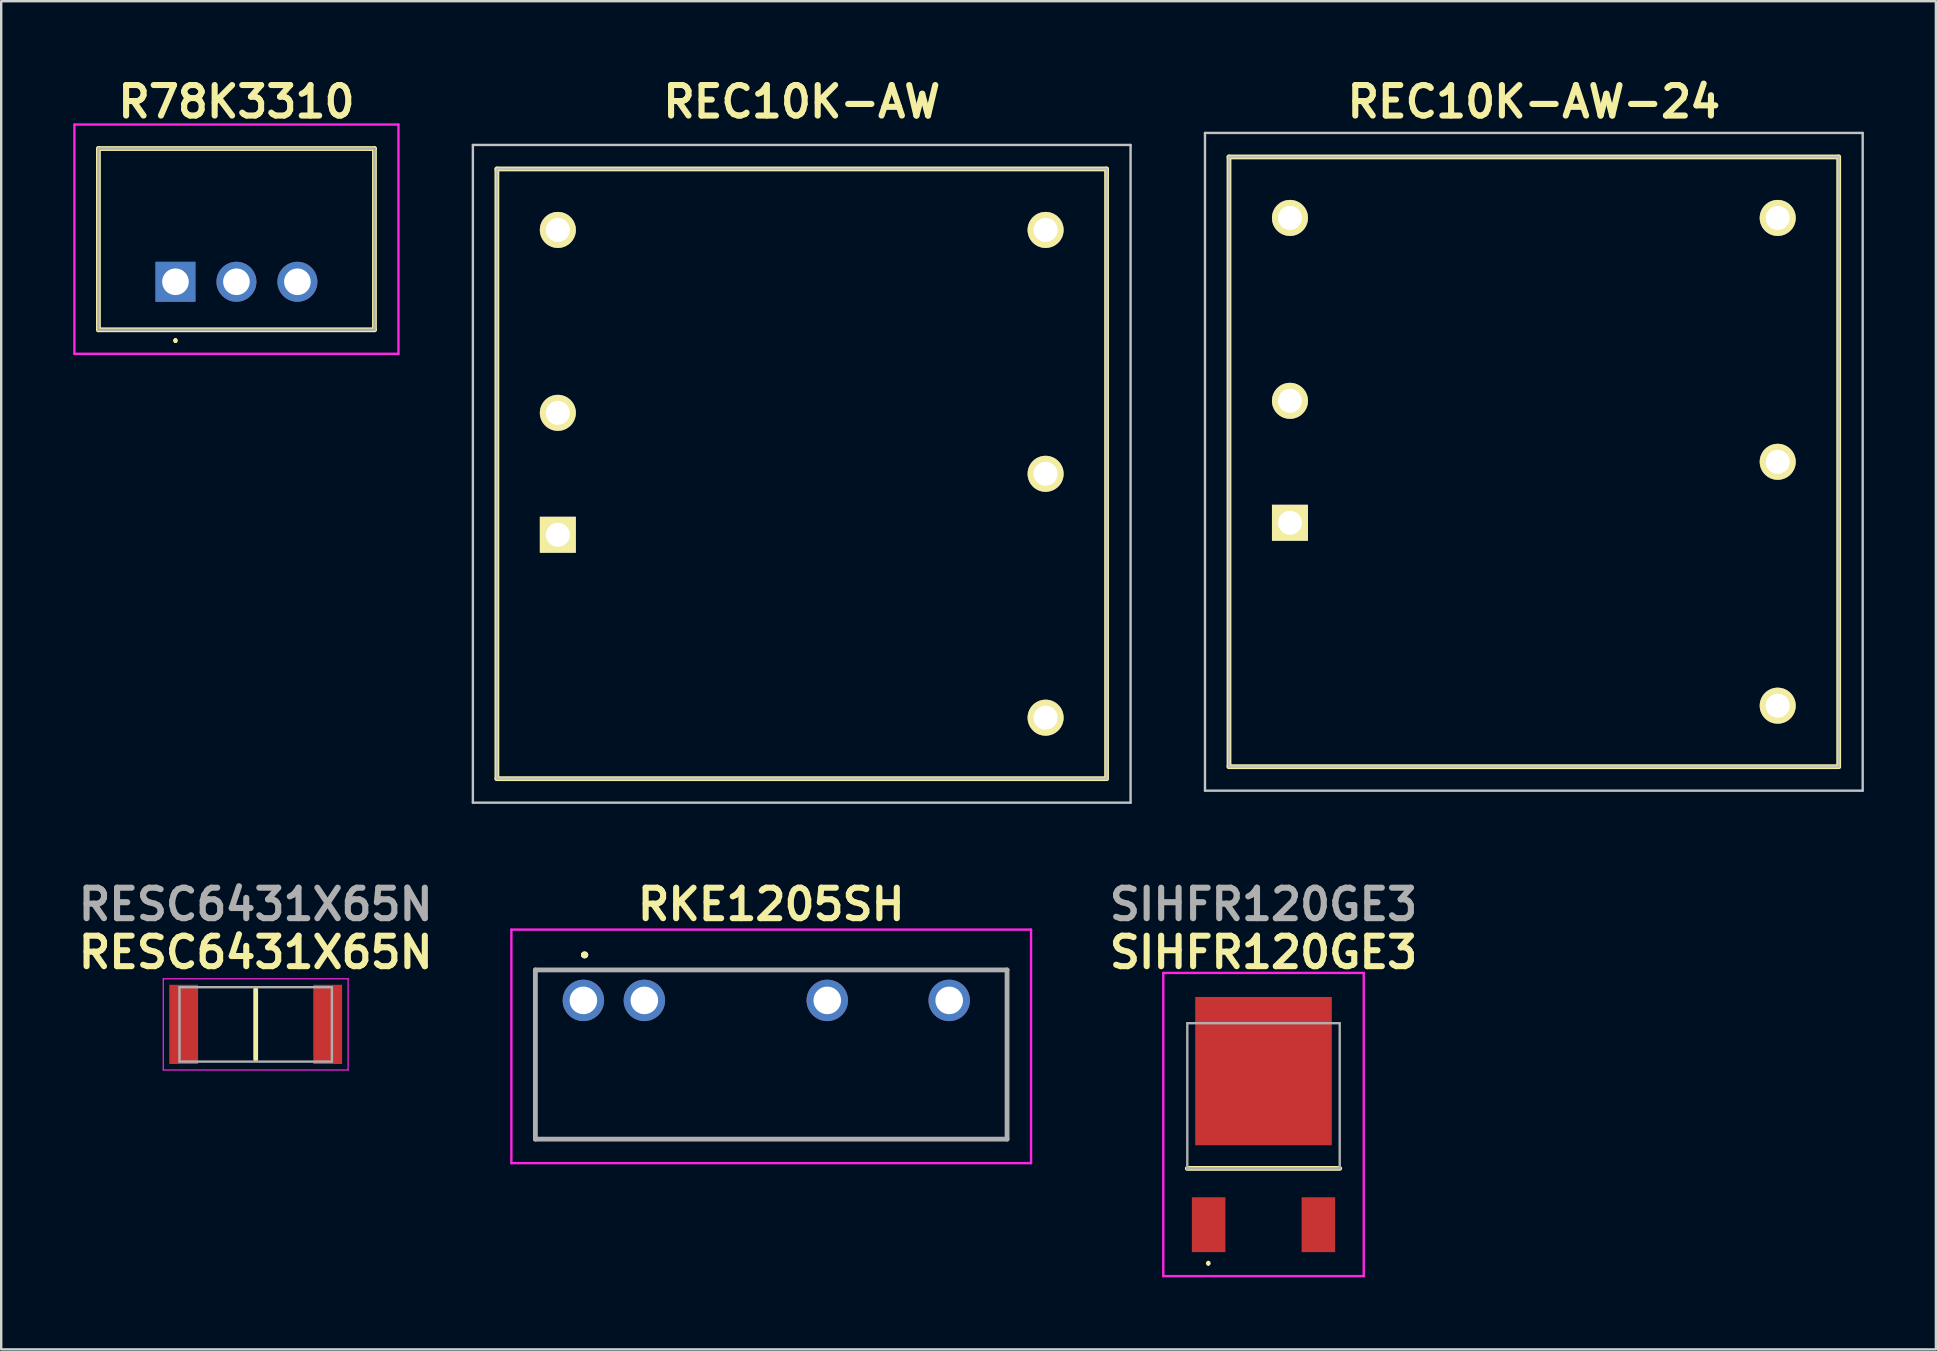
<source format=kicad_pcb>
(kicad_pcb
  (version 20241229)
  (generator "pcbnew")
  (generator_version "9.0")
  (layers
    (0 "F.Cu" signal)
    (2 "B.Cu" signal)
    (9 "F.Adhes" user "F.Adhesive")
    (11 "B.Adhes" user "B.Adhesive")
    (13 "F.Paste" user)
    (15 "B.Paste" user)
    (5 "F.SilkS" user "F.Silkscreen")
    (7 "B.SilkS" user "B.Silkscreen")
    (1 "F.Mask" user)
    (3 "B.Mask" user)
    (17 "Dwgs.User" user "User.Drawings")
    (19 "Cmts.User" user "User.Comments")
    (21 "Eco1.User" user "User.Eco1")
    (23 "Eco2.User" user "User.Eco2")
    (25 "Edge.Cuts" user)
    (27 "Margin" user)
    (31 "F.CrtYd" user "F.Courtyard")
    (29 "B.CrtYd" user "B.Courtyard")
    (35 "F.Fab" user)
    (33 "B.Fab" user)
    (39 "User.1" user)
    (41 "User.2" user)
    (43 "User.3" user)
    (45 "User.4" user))
  (footprint "R78K3310"
    (layer "F.Cu")
    (at 4.26 8.689)
    (property "Reference" "R78K3310" (at 2.54 -7.5 0) (layer "F.SilkS") (effects (font (size 1.27 1.27) (thickness 0.254))))
    (attr through_hole)
    (fp_line (start -3.21 -5.55) (end -3.21 2) (stroke (width 0.2) (type solid)) (layer "F.SilkS"))
    (fp_line (start -3.21 2) (end 8.29 2) (stroke (width 0.2) (type solid)) (layer "F.SilkS"))
    (fp_line (start 0 2.4) (end 0 2.4) (stroke (width 0.1) (type solid)) (layer "F.SilkS"))
    (fp_line (start 0 2.5) (end 0 2.5) (stroke (width 0.1) (type solid)) (layer "F.SilkS"))
    (fp_line (start 8.29 -5.55) (end -3.21 -5.55) (stroke (width 0.2) (type solid)) (layer "F.SilkS"))
    (fp_line (start 8.29 2) (end 8.29 -5.55) (stroke (width 0.2) (type solid)) (layer "F.SilkS"))
    (fp_arc (start 0 2.4) (mid 0.05 2.45) (end 0 2.5) (stroke (width 0.1) (type solid)) (layer "F.SilkS"))
    (fp_arc (start 0 2.5) (mid -0.05 2.45) (end 0 2.4) (stroke (width 0.1) (type solid)) (layer "F.SilkS"))
    (fp_line (start -4.21 -6.55) (end 9.29 -6.55) (stroke (width 0.1) (type solid)) (layer "F.CrtYd"))
    (fp_line (start -4.21 3) (end -4.21 -6.55) (stroke (width 0.1) (type solid)) (layer "F.CrtYd"))
    (fp_line (start 9.29 -6.55) (end 9.29 3) (stroke (width 0.1) (type solid)) (layer "F.CrtYd"))
    (fp_line (start 9.29 3) (end -4.21 3) (stroke (width 0.1) (type solid)) (layer "F.CrtYd"))
    (fp_line (start -3.21 -5.55) (end -3.21 2) (stroke (width 0.1) (type solid)) (layer "F.Fab"))
    (fp_line (start -3.21 2) (end 8.29 2) (stroke (width 0.1) (type solid)) (layer "F.Fab"))
    (fp_line (start 8.29 -5.55) (end -3.21 -5.55) (stroke (width 0.1) (type solid)) (layer "F.Fab"))
    (fp_line (start 8.29 2) (end 8.29 -5.55) (stroke (width 0.1) (type solid)) (layer "F.Fab"))
    (pad "1" thru_hole rect (at 0 0) (size 1.665 1.665) (drill 1.11) (layers "*.Cu" "*.Mask"))
    (pad "2" thru_hole circle (at 2.54 0) (size 1.665 1.665) (drill 1.11) (layers "*.Cu" "*.Mask"))
    (pad "3" thru_hole circle (at 5.08 0) (size 1.665 1.665) (drill 1.11) (layers "*.Cu" "*.Mask")))
  (footprint "REC10K-AW-24"
    (layer "F.Cu")
    (at 60.85 16.189)
    (property "Reference" "REC10K-AW-24" (at 0 -15 0) (layer "F.SilkS") (effects (font (size 1.27 1.27) (thickness 0.254))))
    (attr through_hole exclude_from_pos_files)
    (fp_line (start -12.7 -12.7) (end 12.7 -12.7) (stroke (width 0.2) (type solid)) (layer "F.SilkS"))
    (fp_line (start -12.7 12.7) (end -12.7 -12.7) (stroke (width 0.2) (type solid)) (layer "F.SilkS"))
    (fp_line (start 12.7 -12.7) (end 12.7 12.7) (stroke (width 0.2) (type solid)) (layer "F.SilkS"))
    (fp_line (start 12.7 12.7) (end -12.7 12.7) (stroke (width 0.2) (type solid)) (layer "F.SilkS"))
    (fp_line (start -13.7 -13.7) (end 13.7 -13.7) (stroke (width 0.1) (type solid)) (layer "Dwgs.User"))
    (fp_line (start -13.7 13.7) (end -13.7 -13.7) (stroke (width 0.1) (type solid)) (layer "Dwgs.User"))
    (fp_line (start -12.7 -12.7) (end 12.7 -12.7) (stroke (width 0.1) (type solid)) (layer "Dwgs.User"))
    (fp_line (start -12.7 12.7) (end -12.7 -12.7) (stroke (width 0.1) (type solid)) (layer "Dwgs.User"))
    (fp_line (start 12.7 -12.7) (end 12.7 12.7) (stroke (width 0.1) (type solid)) (layer "Dwgs.User"))
    (fp_line (start 12.7 12.7) (end -12.7 12.7) (stroke (width 0.1) (type solid)) (layer "Dwgs.User"))
    (fp_line (start 13.7 -13.7) (end 13.7 13.7) (stroke (width 0.1) (type solid)) (layer "Dwgs.User"))
    (fp_line (start 13.7 13.7) (end -13.7 13.7) (stroke (width 0.1) (type solid)) (layer "Dwgs.User"))
    (pad "1" thru_hole rect (at -10.16 2.54 90) (size 1.5 1.5) (drill 1) (layers "*.Cu" "*.Mask" "F.SilkS"))
    (pad "2" thru_hole circle (at -10.16 -2.54 90) (size 1.5 1.5) (drill 1) (layers "*.Cu" "*.Mask" "F.SilkS"))
    (pad "3" thru_hole circle (at -10.16 -10.16 90) (size 1.5 1.5) (drill 1) (layers "*.Cu" "*.Mask" "F.SilkS"))
    (pad "4" thru_hole circle (at 10.16 -10.16 90) (size 1.5 1.5) (drill 1) (layers "*.Cu" "*.Mask" "F.SilkS"))
    (pad "5" thru_hole circle (at 10.16 0 90) (size 1.5 1.5) (drill 1) (layers "*.Cu" "*.Mask" "F.SilkS"))
    (pad "6" thru_hole circle (at 10.16 10.16 90) (size 1.5 1.5) (drill 1) (layers "*.Cu" "*.Mask" "F.SilkS")))
  (footprint "RKE1205SH"
    (layer "F.Cu")
    (at 21.254 38.627)
    (property "Reference" "RKE1205SH" (at 7.825 -4 0) (layer "F.SilkS") (effects (font (size 1.27 1.27) (thickness 0.254))))
    (attr through_hole)
    (fp_line (start -2 -1.27) (end 17.65 -1.27) (stroke (width 0.1) (type solid)) (layer "F.SilkS"))
    (fp_line (start -2 5.78) (end -2 -1.27) (stroke (width 0.1) (type solid)) (layer "F.SilkS"))
    (fp_line (start 0 -1.9) (end 0 -1.9) (stroke (width 0.2) (type solid)) (layer "F.SilkS"))
    (fp_line (start 0 -1.9) (end 0 -1.9) (stroke (width 0.2) (type solid)) (layer "F.SilkS"))
    (fp_line (start 0.1 -1.9) (end 0.1 -1.9) (stroke (width 0.2) (type solid)) (layer "F.SilkS"))
    (fp_line (start 17.65 -1.27) (end 17.65 5.78) (stroke (width 0.1) (type solid)) (layer "F.SilkS"))
    (fp_line (start 17.65 5.78) (end -2 5.78) (stroke (width 0.1) (type solid)) (layer "F.SilkS"))
    (fp_arc (start 0 -1.9) (mid 0.05 -1.95) (end 0.1 -1.9) (stroke (width 0.2) (type solid)) (layer "F.SilkS"))
    (fp_arc (start 0.1 -1.9) (mid 0.05 -1.85) (end 0 -1.9) (stroke (width 0.2) (type solid)) (layer "F.SilkS"))
    (fp_arc (start 0.1 -1.9) (mid 0.05 -1.85) (end 0 -1.9) (stroke (width 0.2) (type solid)) (layer "F.SilkS"))
    (fp_line (start -3 -2.95) (end 18.65 -2.95) (stroke (width 0.1) (type solid)) (layer "F.CrtYd"))
    (fp_line (start -3 6.78) (end -3 -2.95) (stroke (width 0.1) (type solid)) (layer "F.CrtYd"))
    (fp_line (start 18.65 -2.95) (end 18.65 6.78) (stroke (width 0.1) (type solid)) (layer "F.CrtYd"))
    (fp_line (start 18.65 6.78) (end -3 6.78) (stroke (width 0.1) (type solid)) (layer "F.CrtYd"))
    (fp_line (start -2 -1.27) (end -2 5.78) (stroke (width 0.2) (type solid)) (layer "F.Fab"))
    (fp_line (start -2 5.78) (end 17.65 5.78) (stroke (width 0.2) (type solid)) (layer "F.Fab"))
    (fp_line (start 17.65 -1.27) (end -2 -1.27) (stroke (width 0.2) (type solid)) (layer "F.Fab"))
    (fp_line (start 17.65 5.78) (end 17.65 -1.27) (stroke (width 0.2) (type solid)) (layer "F.Fab"))
    (pad "1" thru_hole circle (at 0 0) (size 1.725 1.725) (drill 1.15) (layers "*.Cu" "*.Mask"))
    (pad "2" thru_hole circle (at 2.54 0) (size 1.725 1.725) (drill 1.15) (layers "*.Cu" "*.Mask"))
    (pad "5" thru_hole circle (at 10.16 0) (size 1.725 1.725) (drill 1.15) (layers "*.Cu" "*.Mask"))
    (pad "7" thru_hole circle (at 15.24 0) (size 1.725 1.725) (drill 1.15) (layers "*.Cu" "*.Mask")))
  (footprint "RESC6431X65N"
    (layer "F.Cu")
    (at 7.602 39.627)
    (property "Reference" "RESC6431X65N" (at 0 -3 0) (layer "F.SilkS") (effects (font (size 1.27 1.27) (thickness 0.254))))
    (attr smd)
    (fp_line (start 0 -1.45) (end 0 1.45) (stroke (width 0.2) (type solid)) (layer "F.SilkS"))
    (fp_line (start -3.85 -1.9) (end 3.85 -1.9) (stroke (width 0.05) (type solid)) (layer "F.CrtYd"))
    (fp_line (start -3.85 1.9) (end -3.85 -1.9) (stroke (width 0.05) (type solid)) (layer "F.CrtYd"))
    (fp_line (start 3.85 -1.9) (end 3.85 1.9) (stroke (width 0.05) (type solid)) (layer "F.CrtYd"))
    (fp_line (start 3.85 1.9) (end -3.85 1.9) (stroke (width 0.05) (type solid)) (layer "F.CrtYd"))
    (fp_line (start -3.175 -1.55) (end 3.175 -1.55) (stroke (width 0.1) (type solid)) (layer "F.Fab"))
    (fp_line (start -3.175 1.55) (end -3.175 -1.55) (stroke (width 0.1) (type solid)) (layer "F.Fab"))
    (fp_line (start 3.175 -1.55) (end 3.175 1.55) (stroke (width 0.1) (type solid)) (layer "F.Fab"))
    (fp_line (start 3.175 1.55) (end -3.175 1.55) (stroke (width 0.1) (type solid)) (layer "F.Fab"))
    (fp_text user "${REFERENCE}" (at 0 -5 0) (layer "F.Fab") (effects (font (size 1.27 1.27) (thickness 0.254))))
    (pad "1" smd rect (at -3 0) (size 1.2 3.3) (layers "F.Cu" "F.Mask" "F.Paste"))
    (pad "2" smd rect (at 3 0) (size 1.2 3.3) (layers "F.Cu" "F.Mask" "F.Paste")))
  (footprint "SIHFR120GE3"
    (layer "F.Cu")
    (at 49.588 44.627)
    (property "Reference" "SIHFR120GE3" (at 0 -8 0) (layer "F.SilkS") (effects (font (size 1.27 1.27) (thickness 0.254))))
    (attr smd)
    (fp_line (start -3.175 1) (end 3.175 1) (stroke (width 0.2) (type solid)) (layer "F.SilkS"))
    (fp_line (start -2.3 4.9) (end -2.3 4.9) (stroke (width 0.1) (type solid)) (layer "F.SilkS"))
    (fp_line (start -2.3 5) (end -2.3 5) (stroke (width 0.1) (type solid)) (layer "F.SilkS"))
    (fp_arc (start -2.3 4.9) (mid -2.25 4.95) (end -2.3 5) (stroke (width 0.1) (type solid)) (layer "F.SilkS"))
    (fp_arc (start -2.3 5) (mid -2.35 4.95) (end -2.3 4.9) (stroke (width 0.1) (type solid)) (layer "F.SilkS"))
    (fp_line (start -4.175 -7.144) (end 4.175 -7.144) (stroke (width 0.1) (type solid)) (layer "F.CrtYd"))
    (fp_line (start -4.175 5.488) (end -4.175 -7.144) (stroke (width 0.1) (type solid)) (layer "F.CrtYd"))
    (fp_line (start 4.175 -7.144) (end 4.175 5.488) (stroke (width 0.1) (type solid)) (layer "F.CrtYd"))
    (fp_line (start 4.175 5.488) (end -4.175 5.488) (stroke (width 0.1) (type solid)) (layer "F.CrtYd"))
    (fp_line (start -3.175 -5.05) (end 3.175 -5.05) (stroke (width 0.1) (type solid)) (layer "F.Fab"))
    (fp_line (start -3.175 1) (end -3.175 -5.05) (stroke (width 0.1) (type solid)) (layer "F.Fab"))
    (fp_line (start 3.175 -5.05) (end 3.175 1) (stroke (width 0.1) (type solid)) (layer "F.Fab"))
    (fp_line (start 3.175 1) (end -3.175 1) (stroke (width 0.1) (type solid)) (layer "F.Fab"))
    (fp_text user "${REFERENCE}" (at 0 -10 0) (layer "F.Fab") (effects (font (size 1.27 1.27) (thickness 0.254))))
    (pad "1" smd rect (at -2.286 3.345) (size 1.397 2.286) (layers "F.Cu" "F.Mask" "F.Paste"))
    (pad "2" smd rect (at 2.286 3.345) (size 1.397 2.286) (layers "F.Cu" "F.Mask" "F.Paste"))
    (pad "3" smd rect (at 0 -3.054) (size 5.69 6.18) (layers "F.Cu" "F.Mask" "F.Paste")))
  (footprint "REC10K-AW"
    (layer "F.Cu")
    (at 30.35 16.689)
    (property "Reference" "REC10K-AW" (at 0 -15.5 0) (layer "F.SilkS") (effects (font (size 1.27 1.27) (thickness 0.254))))
    (attr through_hole exclude_from_pos_files)
    (fp_line (start -12.7 -12.7) (end 12.7 -12.7) (stroke (width 0.2) (type solid)) (layer "F.SilkS"))
    (fp_line (start -12.7 12.7) (end -12.7 -12.7) (stroke (width 0.2) (type solid)) (layer "F.SilkS"))
    (fp_line (start 12.7 -12.7) (end 12.7 12.7) (stroke (width 0.2) (type solid)) (layer "F.SilkS"))
    (fp_line (start 12.7 12.7) (end -12.7 12.7) (stroke (width 0.2) (type solid)) (layer "F.SilkS"))
    (fp_line (start -13.7 -13.7) (end 13.7 -13.7) (stroke (width 0.1) (type solid)) (layer "Dwgs.User"))
    (fp_line (start -13.7 13.7) (end -13.7 -13.7) (stroke (width 0.1) (type solid)) (layer "Dwgs.User"))
    (fp_line (start -12.7 -12.7) (end 12.7 -12.7) (stroke (width 0.1) (type solid)) (layer "Dwgs.User"))
    (fp_line (start -12.7 12.7) (end -12.7 -12.7) (stroke (width 0.1) (type solid)) (layer "Dwgs.User"))
    (fp_line (start 12.7 -12.7) (end 12.7 12.7) (stroke (width 0.1) (type solid)) (layer "Dwgs.User"))
    (fp_line (start 12.7 12.7) (end -12.7 12.7) (stroke (width 0.1) (type solid)) (layer "Dwgs.User"))
    (fp_line (start 13.7 -13.7) (end 13.7 13.7) (stroke (width 0.1) (type solid)) (layer "Dwgs.User"))
    (fp_line (start 13.7 13.7) (end -13.7 13.7) (stroke (width 0.1) (type solid)) (layer "Dwgs.User"))
    (pad "1" thru_hole rect (at -10.16 2.54 90) (size 1.5 1.5) (drill 1) (layers "*.Cu" "*.Mask" "F.SilkS"))
    (pad "2" thru_hole circle (at -10.16 -2.54 90) (size 1.5 1.5) (drill 1) (layers "*.Cu" "*.Mask" "F.SilkS"))
    (pad "3" thru_hole circle (at -10.16 -10.16 90) (size 1.5 1.5) (drill 1) (layers "*.Cu" "*.Mask" "F.SilkS"))
    (pad "4" thru_hole circle (at 10.16 -10.16 90) (size 1.5 1.5) (drill 1) (layers "*.Cu" "*.Mask" "F.SilkS"))
    (pad "5" thru_hole circle (at 10.16 0 90) (size 1.5 1.5) (drill 1) (layers "*.Cu" "*.Mask" "F.SilkS"))
    (pad "6" thru_hole circle (at 10.16 10.16 90) (size 1.5 1.5) (drill 1) (layers "*.Cu" "*.Mask" "F.SilkS")))
  (gr_rect
    (start -3 -3)
    (end 77.6 53.165)
    (stroke (width 0.1) (type default))
    (fill no)
    (layer "Edge.Cuts")))
</source>
